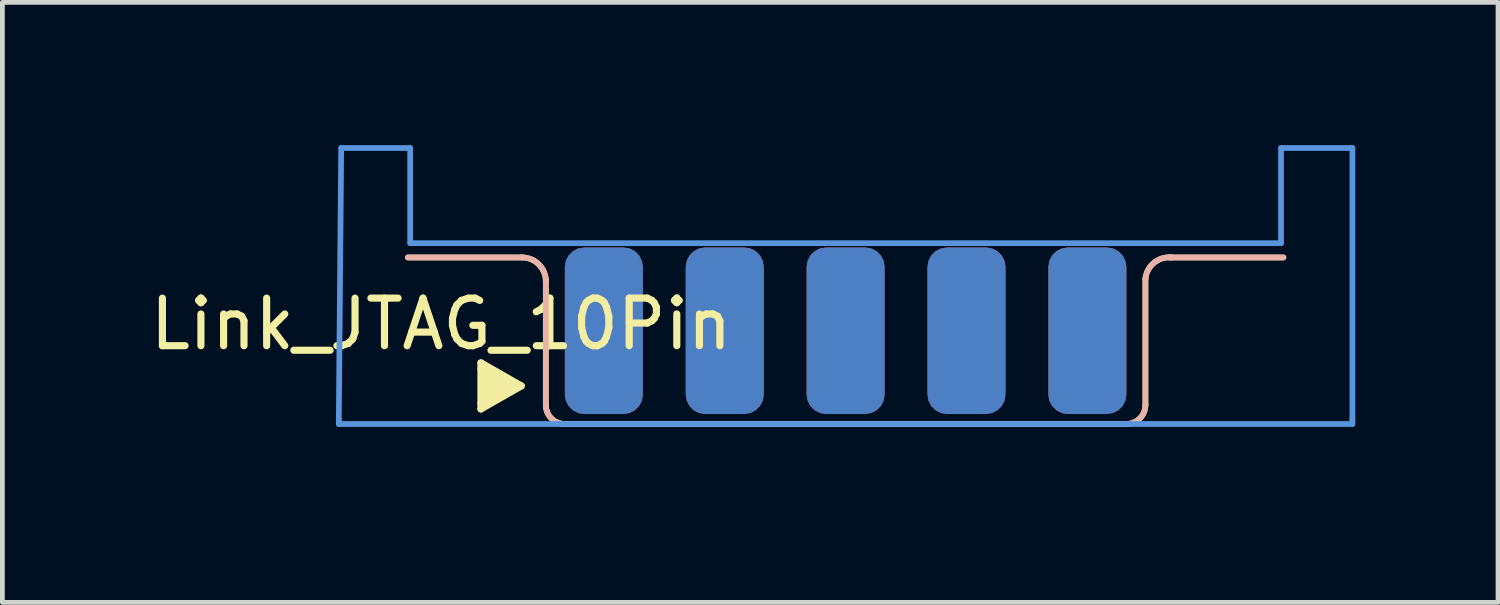
<source format=kicad_pcb>
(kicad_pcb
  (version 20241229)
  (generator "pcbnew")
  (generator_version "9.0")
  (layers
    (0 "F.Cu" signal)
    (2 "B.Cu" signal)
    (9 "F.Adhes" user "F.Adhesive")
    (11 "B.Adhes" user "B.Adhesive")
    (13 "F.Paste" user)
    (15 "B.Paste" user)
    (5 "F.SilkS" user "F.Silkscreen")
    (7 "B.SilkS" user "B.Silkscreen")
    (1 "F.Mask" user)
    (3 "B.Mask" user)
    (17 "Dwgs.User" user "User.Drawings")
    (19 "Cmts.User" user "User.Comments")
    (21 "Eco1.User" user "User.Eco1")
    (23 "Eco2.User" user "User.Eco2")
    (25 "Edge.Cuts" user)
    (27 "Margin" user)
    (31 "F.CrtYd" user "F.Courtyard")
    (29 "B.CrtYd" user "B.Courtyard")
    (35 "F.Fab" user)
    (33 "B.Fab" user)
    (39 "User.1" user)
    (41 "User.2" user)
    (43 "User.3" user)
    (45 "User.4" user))
  (footprint "Link_JTAG_10Pin"
    (layer "F.Cu")
    (at 14.72 1.36)
    (property "Reference" "Link_JTAG_10Pin" (at -8.5 2.4 0) (layer "F.SilkS") (effects (font (size 1 1) (thickness 0.15))))
    (attr smd)
    (fp_line (start -6.8 1) (end -9.2 1) (stroke (width 0.12) (type solid)) (layer "F.SilkS"))
    (fp_line (start -6.3 4.1) (end -6.3 1.45) (stroke (width 0.12) (type solid)) (layer "F.SilkS"))
    (fp_line (start -5.9 4.5) (end 5.9 4.5) (stroke (width 0.12) (type solid)) (layer "F.SilkS"))
    (fp_line (start 6.3 4.1) (end 6.3 1.45) (stroke (width 0.12) (type solid)) (layer "F.SilkS"))
    (fp_line (start 6.8 1) (end 9.2 1) (stroke (width 0.12) (type solid)) (layer "F.SilkS"))
    (fp_arc (start -6.8 1) (mid -6.446447 1.146447) (end -6.3 1.5) (stroke (width 0.12) (type solid)) (layer "F.SilkS"))
    (fp_arc (start -5.9 4.5) (mid -6.182843 4.382843) (end -6.3 4.1) (stroke (width 0.12) (type solid)) (layer "F.SilkS"))
    (fp_arc (start 6.3 1.45) (mid 6.481802 1.111091) (end 6.85 1) (stroke (width 0.12) (type solid)) (layer "F.SilkS"))
    (fp_arc (start 6.3 4.1) (mid 6.182843 4.382843) (end 5.9 4.5) (stroke (width 0.12) (type solid)) (layer "F.SilkS"))
    (fp_line (start -6.8 1) (end -9.2 1) (stroke (width 0.12) (type solid)) (layer "B.SilkS"))
    (fp_line (start -6.3 4.15) (end -6.3 1.5) (stroke (width 0.12) (type solid)) (layer "B.SilkS"))
    (fp_line (start -5.9 4.5) (end 5.9 4.5) (stroke (width 0.12) (type solid)) (layer "B.SilkS"))
    (fp_line (start 6.3 4.1) (end 6.3 1.45) (stroke (width 0.12) (type solid)) (layer "B.SilkS"))
    (fp_line (start 6.8 1) (end 9.2 1) (stroke (width 0.12) (type solid)) (layer "B.SilkS"))
    (fp_arc (start -6.8 1) (mid -6.446447 1.146447) (end -6.3 1.5) (stroke (width 0.12) (type solid)) (layer "B.SilkS"))
    (fp_arc (start -5.9 4.5) (mid -6.182843 4.382843) (end -6.3 4.1) (stroke (width 0.12) (type solid)) (layer "B.SilkS"))
    (fp_arc (start 6.3 1.45) (mid 6.481802 1.111091) (end 6.85 1) (stroke (width 0.12) (type solid)) (layer "B.SilkS"))
    (fp_arc (start 6.3 4.1) (mid 6.182843 4.382843) (end 5.9 4.5) (stroke (width 0.12) (type solid)) (layer "B.SilkS"))
    (fp_line (start -10.65 4.4) (end -10.65 4.5) (stroke (width 0.12) (type solid)) (layer "Cmts.User"))
    (fp_line (start -10.65 4.4) (end -10.6 -1.3) (stroke (width 0.12) (type solid)) (layer "Cmts.User"))
    (fp_line (start -10.6 -1.3) (end -9.15 -1.3) (stroke (width 0.12) (type solid)) (layer "Cmts.User"))
    (fp_line (start -9.15 -1.3) (end -9.15 0.7) (stroke (width 0.12) (type solid)) (layer "Cmts.User"))
    (fp_line (start -9.15 0.7) (end 9.15 0.7) (stroke (width 0.12) (type solid)) (layer "Cmts.User"))
    (fp_line (start 9.15 -1.3) (end 10.65 -1.3) (stroke (width 0.12) (type solid)) (layer "Cmts.User"))
    (fp_line (start 9.15 0.7) (end 9.15 -1.3) (stroke (width 0.12) (type solid)) (layer "Cmts.User"))
    (fp_line (start 10.65 -1.3) (end 10.65 4.4) (stroke (width 0.12) (type solid)) (layer "Cmts.User"))
    (fp_line (start 10.65 4.4) (end 10.65 4.5) (stroke (width 0.12) (type solid)) (layer "Cmts.User"))
    (fp_line (start 10.65 4.5) (end -10.65 4.5) (stroke (width 0.12) (type solid)) (layer "Cmts.User"))
    (fp_text user "▸" (at -7.3 3.5 0) (layer "F.SilkS") (effects (font (size 2.54 2.54) (thickness 0.15))))
    (pad "1" smd roundrect (at -5.08 2.54) (size 1.64 3.5) (layers "F.Cu" "F.Mask" "F.Paste") (roundrect_rratio 0.25))
    (pad "2" smd roundrect (at -5.08 2.54) (size 1.64 3.5) (layers "B.Cu" "B.Mask" "B.Paste") (roundrect_rratio 0.25))
    (pad "3" smd roundrect (at -2.54 2.54) (size 1.64 3.5) (layers "F.Cu" "F.Mask" "F.Paste") (roundrect_rratio 0.25))
    (pad "4" smd roundrect (at -2.54 2.54) (size 1.64 3.5) (layers "B.Cu" "B.Mask" "B.Paste") (roundrect_rratio 0.25))
    (pad "5" smd roundrect (at 0 2.54) (size 1.64 3.5) (layers "F.Cu" "F.Mask" "F.Paste") (roundrect_rratio 0.25))
    (pad "6" smd roundrect (at 0 2.54) (size 1.64 3.5) (layers "B.Cu" "B.Mask" "B.Paste") (roundrect_rratio 0.25))
    (pad "7" smd roundrect (at 2.54 2.54) (size 1.64 3.5) (layers "F.Cu" "F.Mask" "F.Paste") (roundrect_rratio 0.25))
    (pad "8" smd roundrect (at 2.54 2.54) (size 1.64 3.5) (layers "B.Cu" "B.Mask" "B.Paste") (roundrect_rratio 0.25))
    (pad "9" smd roundrect (at 5.08 2.54) (size 1.64 3.5) (layers "F.Cu" "F.Mask" "F.Paste") (roundrect_rratio 0.25))
    (pad "10" smd roundrect (at 5.08 2.54) (size 1.64 3.5) (layers "B.Cu" "B.Mask" "B.Paste") (roundrect_rratio 0.25)))
  (gr_rect
    (start -3 -3)
    (end 28.43 9.609)
    (stroke (width 0.1) (type default))
    (fill no)
    (layer "Edge.Cuts")))
</source>
